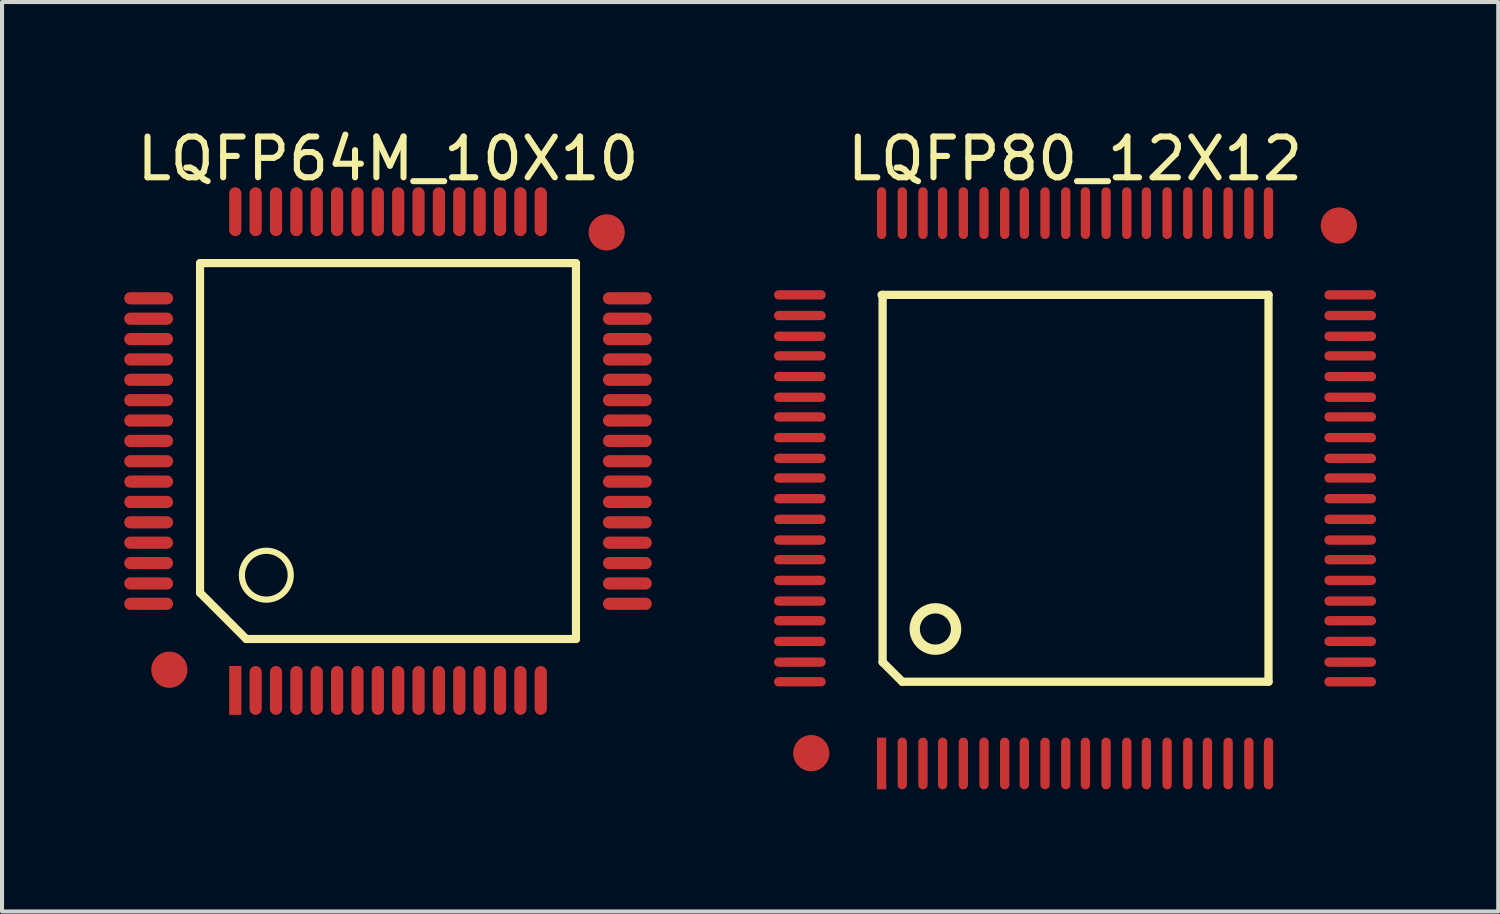
<source format=kicad_pcb>
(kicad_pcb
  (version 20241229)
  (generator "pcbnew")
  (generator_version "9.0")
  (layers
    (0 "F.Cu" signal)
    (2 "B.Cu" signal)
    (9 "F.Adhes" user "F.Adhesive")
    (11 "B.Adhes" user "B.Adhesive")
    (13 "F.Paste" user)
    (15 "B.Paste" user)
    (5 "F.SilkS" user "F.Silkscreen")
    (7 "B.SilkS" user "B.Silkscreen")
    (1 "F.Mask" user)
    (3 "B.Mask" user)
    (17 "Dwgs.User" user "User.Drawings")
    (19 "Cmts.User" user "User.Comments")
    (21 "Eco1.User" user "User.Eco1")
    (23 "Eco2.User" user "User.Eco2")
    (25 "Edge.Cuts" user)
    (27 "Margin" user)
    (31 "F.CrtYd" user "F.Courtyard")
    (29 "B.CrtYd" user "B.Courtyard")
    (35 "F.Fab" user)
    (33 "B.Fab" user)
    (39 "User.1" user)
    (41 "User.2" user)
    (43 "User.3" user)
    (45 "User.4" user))
  (footprint "LQFP80_12X12"
    (layer "F.Cu")
    (at 18.596 15.696)
    (property "Reference" "LQFP80_12X12" (at 4.75 -14.848 0) (layer "F.SilkS") (effects (font (size 1 1) (thickness 0.15))))
    (fp_line (start 0 -11.506) (end 9.5 -11.506) (stroke (width 0.203) (type solid)) (layer "F.SilkS"))
    (fp_line (start 0.025 -2.489) (end 0.025 -11.506) (stroke (width 0.203) (type solid)) (layer "F.SilkS"))
    (fp_line (start 0.025 -2.489) (end 0.508 -2.007) (stroke (width 0.203) (type solid)) (layer "F.SilkS"))
    (fp_line (start 0.508 -2.007) (end 9.5 -2.007) (stroke (width 0.203) (type solid)) (layer "F.SilkS"))
    (fp_line (start 9.5 -2.007) (end 9.5 -11.506) (stroke (width 0.203) (type solid)) (layer "F.SilkS"))
    (fp_circle (center 1.321 -3.302) (end 1.321 -3.81) (stroke (width 0.254) (type solid)) (fill no) (layer "F.SilkS"))
    (pad "0" smd circle (at -1.727 -0.254) (size 0.889 0.889) (layers "F.Cu" "F.Mask" "F.Paste"))
    (pad "0" smd circle (at 11.227 -13.208) (size 0.889 0.889) (layers "F.Cu" "F.Mask" "F.Paste"))
    (pad "1" smd rect (at 0 0) (size 0.229 1.27) (layers "F.Cu" "F.Mask" "F.Paste"))
    (pad "2" smd oval (at 0.508 0) (size 0.229 1.27) (layers "F.Cu" "F.Mask" "F.Paste"))
    (pad "3" smd oval (at 1.016 0) (size 0.229 1.27) (layers "F.Cu" "F.Mask" "F.Paste"))
    (pad "4" smd oval (at 1.499 0) (size 0.229 1.27) (layers "F.Cu" "F.Mask" "F.Paste"))
    (pad "5" smd oval (at 2.007 0) (size 0.229 1.27) (layers "F.Cu" "F.Mask" "F.Paste"))
    (pad "6" smd oval (at 2.515 0) (size 0.229 1.27) (layers "F.Cu" "F.Mask" "F.Paste"))
    (pad "7" smd oval (at 3.023 0) (size 0.229 1.27) (layers "F.Cu" "F.Mask" "F.Paste"))
    (pad "8" smd oval (at 3.505 0) (size 0.229 1.27) (layers "F.Cu" "F.Mask" "F.Paste"))
    (pad "9" smd oval (at 4.013 0) (size 0.229 1.27) (layers "F.Cu" "F.Mask" "F.Paste"))
    (pad "10" smd oval (at 4.521 0) (size 0.229 1.27) (layers "F.Cu" "F.Mask" "F.Paste"))
    (pad "11" smd oval (at 5.004 0) (size 0.229 1.27) (layers "F.Cu" "F.Mask" "F.Paste"))
    (pad "12" smd oval (at 5.512 0) (size 0.229 1.27) (layers "F.Cu" "F.Mask" "F.Paste"))
    (pad "13" smd oval (at 6.02 0) (size 0.229 1.27) (layers "F.Cu" "F.Mask" "F.Paste"))
    (pad "14" smd oval (at 6.502 0) (size 0.229 1.27) (layers "F.Cu" "F.Mask" "F.Paste"))
    (pad "15" smd oval (at 7.01 0) (size 0.229 1.27) (layers "F.Cu" "F.Mask" "F.Paste"))
    (pad "16" smd oval (at 7.518 0) (size 0.229 1.27) (layers "F.Cu" "F.Mask" "F.Paste"))
    (pad "17" smd oval (at 8.001 0) (size 0.229 1.27) (layers "F.Cu" "F.Mask" "F.Paste"))
    (pad "18" smd oval (at 8.509 0) (size 0.229 1.27) (layers "F.Cu" "F.Mask" "F.Paste"))
    (pad "19" smd oval (at 9.017 0) (size 0.229 1.27) (layers "F.Cu" "F.Mask" "F.Paste"))
    (pad "20" smd oval (at 9.5 0) (size 0.229 1.27) (layers "F.Cu" "F.Mask" "F.Paste"))
    (pad "21" smd oval (at 11.506 -2.007) (size 1.27 0.229) (layers "F.Cu" "F.Mask" "F.Paste"))
    (pad "22" smd oval (at 11.506 -2.489) (size 1.27 0.229) (layers "F.Cu" "F.Mask" "F.Paste"))
    (pad "23" smd oval (at 11.506 -2.997) (size 1.27 0.229) (layers "F.Cu" "F.Mask" "F.Paste"))
    (pad "24" smd oval (at 11.506 -3.505) (size 1.27 0.229) (layers "F.Cu" "F.Mask" "F.Paste"))
    (pad "25" smd oval (at 11.506 -3.988) (size 1.27 0.229) (layers "F.Cu" "F.Mask" "F.Paste"))
    (pad "26" smd oval (at 11.506 -4.496) (size 1.27 0.229) (layers "F.Cu" "F.Mask" "F.Paste"))
    (pad "27" smd oval (at 11.506 -5.004) (size 1.27 0.229) (layers "F.Cu" "F.Mask" "F.Paste"))
    (pad "28" smd oval (at 11.506 -5.486) (size 1.27 0.229) (layers "F.Cu" "F.Mask" "F.Paste"))
    (pad "29" smd oval (at 11.506 -5.994) (size 1.27 0.229) (layers "F.Cu" "F.Mask" "F.Paste"))
    (pad "30" smd oval (at 11.506 -6.502) (size 1.27 0.229) (layers "F.Cu" "F.Mask" "F.Paste"))
    (pad "31" smd oval (at 11.506 -7.01) (size 1.27 0.229) (layers "F.Cu" "F.Mask" "F.Paste"))
    (pad "32" smd oval (at 11.506 -7.493) (size 1.27 0.229) (layers "F.Cu" "F.Mask" "F.Paste"))
    (pad "33" smd oval (at 11.506 -8.001) (size 1.27 0.229) (layers "F.Cu" "F.Mask" "F.Paste"))
    (pad "34" smd oval (at 11.506 -8.509) (size 1.27 0.229) (layers "F.Cu" "F.Mask" "F.Paste"))
    (pad "35" smd oval (at 11.506 -8.992) (size 1.27 0.229) (layers "F.Cu" "F.Mask" "F.Paste"))
    (pad "36" smd oval (at 11.506 -9.5) (size 1.27 0.229) (layers "F.Cu" "F.Mask" "F.Paste"))
    (pad "37" smd oval (at 11.506 -10.008) (size 1.27 0.229) (layers "F.Cu" "F.Mask" "F.Paste"))
    (pad "38" smd oval (at 11.506 -10.49) (size 1.27 0.229) (layers "F.Cu" "F.Mask" "F.Paste"))
    (pad "39" smd oval (at 11.506 -10.998) (size 1.27 0.229) (layers "F.Cu" "F.Mask" "F.Paste"))
    (pad "40" smd oval (at 11.506 -11.506) (size 1.27 0.229) (layers "F.Cu" "F.Mask" "F.Paste"))
    (pad "41" smd oval (at 9.5 -13.513) (size 0.229 1.27) (layers "F.Cu" "F.Mask" "F.Paste"))
    (pad "42" smd oval (at 9.017 -13.513) (size 0.229 1.27) (layers "F.Cu" "F.Mask" "F.Paste"))
    (pad "43" smd oval (at 8.509 -13.513) (size 0.229 1.27) (layers "F.Cu" "F.Mask" "F.Paste"))
    (pad "44" smd oval (at 8.001 -13.513) (size 0.229 1.27) (layers "F.Cu" "F.Mask" "F.Paste"))
    (pad "45" smd oval (at 7.518 -13.513) (size 0.229 1.27) (layers "F.Cu" "F.Mask" "F.Paste"))
    (pad "46" smd oval (at 7.01 -13.513) (size 0.229 1.27) (layers "F.Cu" "F.Mask" "F.Paste"))
    (pad "47" smd oval (at 6.502 -13.513) (size 0.229 1.27) (layers "F.Cu" "F.Mask" "F.Paste"))
    (pad "48" smd oval (at 6.02 -13.513) (size 0.229 1.27) (layers "F.Cu" "F.Mask" "F.Paste"))
    (pad "49" smd oval (at 5.512 -13.513) (size 0.229 1.27) (layers "F.Cu" "F.Mask" "F.Paste"))
    (pad "50" smd oval (at 5.004 -13.513) (size 0.229 1.27) (layers "F.Cu" "F.Mask" "F.Paste"))
    (pad "51" smd oval (at 4.521 -13.513) (size 0.229 1.27) (layers "F.Cu" "F.Mask" "F.Paste"))
    (pad "52" smd oval (at 4.013 -13.513) (size 0.229 1.27) (layers "F.Cu" "F.Mask" "F.Paste"))
    (pad "53" smd oval (at 3.505 -13.513) (size 0.229 1.27) (layers "F.Cu" "F.Mask" "F.Paste"))
    (pad "54" smd oval (at 3.023 -13.513) (size 0.229 1.27) (layers "F.Cu" "F.Mask" "F.Paste"))
    (pad "55" smd oval (at 2.515 -13.513) (size 0.229 1.27) (layers "F.Cu" "F.Mask" "F.Paste"))
    (pad "56" smd oval (at 2.007 -13.513) (size 0.229 1.27) (layers "F.Cu" "F.Mask" "F.Paste"))
    (pad "57" smd oval (at 1.499 -13.513) (size 0.229 1.27) (layers "F.Cu" "F.Mask" "F.Paste"))
    (pad "58" smd oval (at 1.016 -13.513) (size 0.229 1.27) (layers "F.Cu" "F.Mask" "F.Paste"))
    (pad "59" smd oval (at 0.508 -13.513) (size 0.229 1.27) (layers "F.Cu" "F.Mask" "F.Paste"))
    (pad "60" smd oval (at 0 -13.513) (size 0.229 1.27) (layers "F.Cu" "F.Mask" "F.Paste"))
    (pad "61" smd oval (at -2.007 -11.506) (size 1.27 0.229) (layers "F.Cu" "F.Mask" "F.Paste"))
    (pad "62" smd oval (at -2.007 -10.998) (size 1.27 0.229) (layers "F.Cu" "F.Mask" "F.Paste"))
    (pad "63" smd oval (at -2.007 -10.49) (size 1.27 0.229) (layers "F.Cu" "F.Mask" "F.Paste"))
    (pad "64" smd oval (at -2.007 -10.008) (size 1.27 0.229) (layers "F.Cu" "F.Mask" "F.Paste"))
    (pad "65" smd oval (at -2.007 -9.5) (size 1.27 0.229) (layers "F.Cu" "F.Mask" "F.Paste"))
    (pad "66" smd oval (at -2.007 -8.992) (size 1.27 0.229) (layers "F.Cu" "F.Mask" "F.Paste"))
    (pad "67" smd oval (at -2.007 -8.509) (size 1.27 0.229) (layers "F.Cu" "F.Mask" "F.Paste"))
    (pad "68" smd oval (at -2.007 -8.001) (size 1.27 0.229) (layers "F.Cu" "F.Mask" "F.Paste"))
    (pad "69" smd oval (at -2.007 -7.493) (size 1.27 0.229) (layers "F.Cu" "F.Mask" "F.Paste"))
    (pad "70" smd oval (at -2.007 -7.01) (size 1.27 0.229) (layers "F.Cu" "F.Mask" "F.Paste"))
    (pad "71" smd oval (at -2.007 -6.502) (size 1.27 0.229) (layers "F.Cu" "F.Mask" "F.Paste"))
    (pad "72" smd oval (at -2.007 -5.994) (size 1.27 0.229) (layers "F.Cu" "F.Mask" "F.Paste"))
    (pad "73" smd oval (at -2.007 -5.486) (size 1.27 0.229) (layers "F.Cu" "F.Mask" "F.Paste"))
    (pad "74" smd oval (at -2.007 -5.004) (size 1.27 0.229) (layers "F.Cu" "F.Mask" "F.Paste"))
    (pad "75" smd oval (at -2.007 -4.496) (size 1.27 0.229) (layers "F.Cu" "F.Mask" "F.Paste"))
    (pad "76" smd oval (at -2.007 -3.988) (size 1.27 0.229) (layers "F.Cu" "F.Mask" "F.Paste"))
    (pad "77" smd oval (at -2.007 -3.505) (size 1.27 0.229) (layers "F.Cu" "F.Mask" "F.Paste"))
    (pad "78" smd oval (at -2.007 -2.997) (size 1.27 0.229) (layers "F.Cu" "F.Mask" "F.Paste"))
    (pad "79" smd oval (at -2.007 -2.489) (size 1.27 0.229) (layers "F.Cu" "F.Mask" "F.Paste"))
    (pad "80" smd oval (at -2.007 -2.007) (size 1.27 0.229) (layers "F.Cu" "F.Mask" "F.Paste")))
  (footprint "LQFP64M_10X10"
    (layer "F.Cu")
    (at 2.727 13.902)
    (property "Reference" "LQFP64M_10X10" (at 3.75 -13.054 0) (layer "F.SilkS") (effects (font (size 1 1) (thickness 0.15))))
    (fp_line (start -0.865 -10.492) (end 8.365 -10.492) (stroke (width 0.2) (type solid)) (layer "F.SilkS"))
    (fp_line (start -0.865 -2.397) (end -0.865 -10.492) (stroke (width 0.2) (type solid)) (layer "F.SilkS"))
    (fp_line (start -0.865 -2.397) (end 0.27 -1.262) (stroke (width 0.2) (type solid)) (layer "F.SilkS"))
    (fp_line (start 0.27 -1.262) (end 8.365 -1.262) (stroke (width 0.2) (type solid)) (layer "F.SilkS"))
    (fp_line (start 8.365 -1.262) (end 8.365 -10.492) (stroke (width 0.2) (type solid)) (layer "F.SilkS"))
    (fp_circle (center 0.762 -2.829) (end 0.762 -3.429) (stroke (width 0.152) (type solid)) (fill no) (layer "F.SilkS"))
    (pad "0" smd circle (at -1.619 -0.508 90) (size 0.889 0.889) (layers "F.Cu" "F.Mask" "F.Paste"))
    (pad "0" smd circle (at 9.119 -11.246 90) (size 0.889 0.889) (layers "F.Cu" "F.Mask" "F.Paste"))
    (pad "1" smd rect (at 0 0 180) (size 0.3 1.2) (layers "F.Cu" "F.Mask" "F.Paste"))
    (pad "2" smd oval (at 0.5 0 180) (size 0.3 1.2) (layers "F.Cu" "F.Mask" "F.Paste"))
    (pad "3" smd oval (at 1 0 180) (size 0.3 1.2) (layers "F.Cu" "F.Mask" "F.Paste"))
    (pad "4" smd oval (at 1.5 0 180) (size 0.3 1.2) (layers "F.Cu" "F.Mask" "F.Paste"))
    (pad "5" smd oval (at 2 0 180) (size 0.3 1.2) (layers "F.Cu" "F.Mask" "F.Paste"))
    (pad "6" smd oval (at 2.5 0 180) (size 0.3 1.2) (layers "F.Cu" "F.Mask" "F.Paste"))
    (pad "7" smd oval (at 3 0 180) (size 0.3 1.2) (layers "F.Cu" "F.Mask" "F.Paste"))
    (pad "8" smd oval (at 3.5 0 180) (size 0.3 1.2) (layers "F.Cu" "F.Mask" "F.Paste"))
    (pad "9" smd oval (at 4 0 180) (size 0.3 1.2) (layers "F.Cu" "F.Mask" "F.Paste"))
    (pad "10" smd oval (at 4.5 0 180) (size 0.3 1.2) (layers "F.Cu" "F.Mask" "F.Paste"))
    (pad "11" smd oval (at 5 0 180) (size 0.3 1.2) (layers "F.Cu" "F.Mask" "F.Paste"))
    (pad "12" smd oval (at 5.5 0 180) (size 0.3 1.2) (layers "F.Cu" "F.Mask" "F.Paste"))
    (pad "13" smd oval (at 6 0 180) (size 0.3 1.2) (layers "F.Cu" "F.Mask" "F.Paste"))
    (pad "14" smd oval (at 6.5 0 180) (size 0.3 1.2) (layers "F.Cu" "F.Mask" "F.Paste"))
    (pad "15" smd oval (at 7 0 180) (size 0.3 1.2) (layers "F.Cu" "F.Mask" "F.Paste"))
    (pad "16" smd oval (at 7.5 0 180) (size 0.3 1.2) (layers "F.Cu" "F.Mask" "F.Paste"))
    (pad "17" smd oval (at 9.627 -2.127 90) (size 0.3 1.2) (layers "F.Cu" "F.Mask" "F.Paste"))
    (pad "18" smd oval (at 9.627 -2.627 90) (size 0.3 1.2) (layers "F.Cu" "F.Mask" "F.Paste"))
    (pad "19" smd oval (at 9.627 -3.127 90) (size 0.3 1.2) (layers "F.Cu" "F.Mask" "F.Paste"))
    (pad "20" smd oval (at 9.627 -3.627 90) (size 0.3 1.2) (layers "F.Cu" "F.Mask" "F.Paste"))
    (pad "21" smd oval (at 9.627 -4.127 90) (size 0.3 1.2) (layers "F.Cu" "F.Mask" "F.Paste"))
    (pad "22" smd oval (at 9.627 -4.627 90) (size 0.3 1.2) (layers "F.Cu" "F.Mask" "F.Paste"))
    (pad "23" smd oval (at 9.627 -5.127 90) (size 0.3 1.2) (layers "F.Cu" "F.Mask" "F.Paste"))
    (pad "24" smd oval (at 9.627 -5.627 90) (size 0.3 1.2) (layers "F.Cu" "F.Mask" "F.Paste"))
    (pad "25" smd oval (at 9.627 -6.127 90) (size 0.3 1.2) (layers "F.Cu" "F.Mask" "F.Paste"))
    (pad "26" smd oval (at 9.627 -6.627 90) (size 0.3 1.2) (layers "F.Cu" "F.Mask" "F.Paste"))
    (pad "27" smd oval (at 9.627 -7.127 90) (size 0.3 1.2) (layers "F.Cu" "F.Mask" "F.Paste"))
    (pad "28" smd oval (at 9.627 -7.627 90) (size 0.3 1.2) (layers "F.Cu" "F.Mask" "F.Paste"))
    (pad "29" smd oval (at 9.627 -8.127 90) (size 0.3 1.2) (layers "F.Cu" "F.Mask" "F.Paste"))
    (pad "30" smd oval (at 9.627 -8.627 90) (size 0.3 1.2) (layers "F.Cu" "F.Mask" "F.Paste"))
    (pad "31" smd oval (at 9.627 -9.127 90) (size 0.3 1.2) (layers "F.Cu" "F.Mask" "F.Paste"))
    (pad "32" smd oval (at 9.627 -9.627 90) (size 0.3 1.2) (layers "F.Cu" "F.Mask" "F.Paste"))
    (pad "33" smd oval (at 7.5 -11.754 180) (size 0.3 1.2) (layers "F.Cu" "F.Mask" "F.Paste"))
    (pad "34" smd oval (at 7 -11.754 180) (size 0.3 1.2) (layers "F.Cu" "F.Mask" "F.Paste"))
    (pad "35" smd oval (at 6.5 -11.754 180) (size 0.3 1.2) (layers "F.Cu" "F.Mask" "F.Paste"))
    (pad "36" smd oval (at 6 -11.754 180) (size 0.3 1.2) (layers "F.Cu" "F.Mask" "F.Paste"))
    (pad "37" smd oval (at 5.5 -11.754 180) (size 0.3 1.2) (layers "F.Cu" "F.Mask" "F.Paste"))
    (pad "38" smd oval (at 5 -11.754 180) (size 0.3 1.2) (layers "F.Cu" "F.Mask" "F.Paste"))
    (pad "39" smd oval (at 4.5 -11.754 180) (size 0.3 1.2) (layers "F.Cu" "F.Mask" "F.Paste"))
    (pad "40" smd oval (at 4 -11.754 180) (size 0.3 1.2) (layers "F.Cu" "F.Mask" "F.Paste"))
    (pad "41" smd oval (at 3.5 -11.754 180) (size 0.3 1.2) (layers "F.Cu" "F.Mask" "F.Paste"))
    (pad "42" smd oval (at 3 -11.754 180) (size 0.3 1.2) (layers "F.Cu" "F.Mask" "F.Paste"))
    (pad "43" smd oval (at 2.5 -11.754 180) (size 0.3 1.2) (layers "F.Cu" "F.Mask" "F.Paste"))
    (pad "44" smd oval (at 2 -11.754 180) (size 0.3 1.2) (layers "F.Cu" "F.Mask" "F.Paste"))
    (pad "45" smd oval (at 1.5 -11.754 180) (size 0.3 1.2) (layers "F.Cu" "F.Mask" "F.Paste"))
    (pad "46" smd oval (at 1 -11.754 180) (size 0.3 1.2) (layers "F.Cu" "F.Mask" "F.Paste"))
    (pad "47" smd oval (at 0.5 -11.754 180) (size 0.3 1.2) (layers "F.Cu" "F.Mask" "F.Paste"))
    (pad "48" smd oval (at 0 -11.754 180) (size 0.3 1.2) (layers "F.Cu" "F.Mask" "F.Paste"))
    (pad "49" smd oval (at -2.127 -9.627 90) (size 0.3 1.2) (layers "F.Cu" "F.Mask" "F.Paste"))
    (pad "50" smd oval (at -2.127 -9.127 90) (size 0.3 1.2) (layers "F.Cu" "F.Mask" "F.Paste"))
    (pad "51" smd oval (at -2.127 -8.627 90) (size 0.3 1.2) (layers "F.Cu" "F.Mask" "F.Paste"))
    (pad "52" smd oval (at -2.127 -8.127 90) (size 0.3 1.2) (layers "F.Cu" "F.Mask" "F.Paste"))
    (pad "53" smd oval (at -2.127 -7.627 90) (size 0.3 1.2) (layers "F.Cu" "F.Mask" "F.Paste"))
    (pad "54" smd oval (at -2.127 -7.127 90) (size 0.3 1.2) (layers "F.Cu" "F.Mask" "F.Paste"))
    (pad "55" smd oval (at -2.127 -6.627 90) (size 0.3 1.2) (layers "F.Cu" "F.Mask" "F.Paste"))
    (pad "56" smd oval (at -2.127 -6.127 90) (size 0.3 1.2) (layers "F.Cu" "F.Mask" "F.Paste"))
    (pad "57" smd oval (at -2.127 -5.627 90) (size 0.3 1.2) (layers "F.Cu" "F.Mask" "F.Paste"))
    (pad "58" smd oval (at -2.127 -5.127 90) (size 0.3 1.2) (layers "F.Cu" "F.Mask" "F.Paste"))
    (pad "59" smd oval (at -2.127 -4.627 90) (size 0.3 1.2) (layers "F.Cu" "F.Mask" "F.Paste"))
    (pad "60" smd oval (at -2.127 -4.127 90) (size 0.3 1.2) (layers "F.Cu" "F.Mask" "F.Paste"))
    (pad "61" smd oval (at -2.127 -3.627 90) (size 0.3 1.2) (layers "F.Cu" "F.Mask" "F.Paste"))
    (pad "62" smd oval (at -2.127 -3.127 90) (size 0.3 1.2) (layers "F.Cu" "F.Mask" "F.Paste"))
    (pad "63" smd oval (at -2.127 -2.627 90) (size 0.3 1.2) (layers "F.Cu" "F.Mask" "F.Paste"))
    (pad "64" smd oval (at -2.127 -2.127 90) (size 0.3 1.2) (layers "F.Cu" "F.Mask" "F.Paste")))
  (gr_rect
    (start -3 -3)
    (end 33.737 19.331)
    (stroke (width 0.1) (type default))
    (fill no)
    (layer "Edge.Cuts")))
</source>
